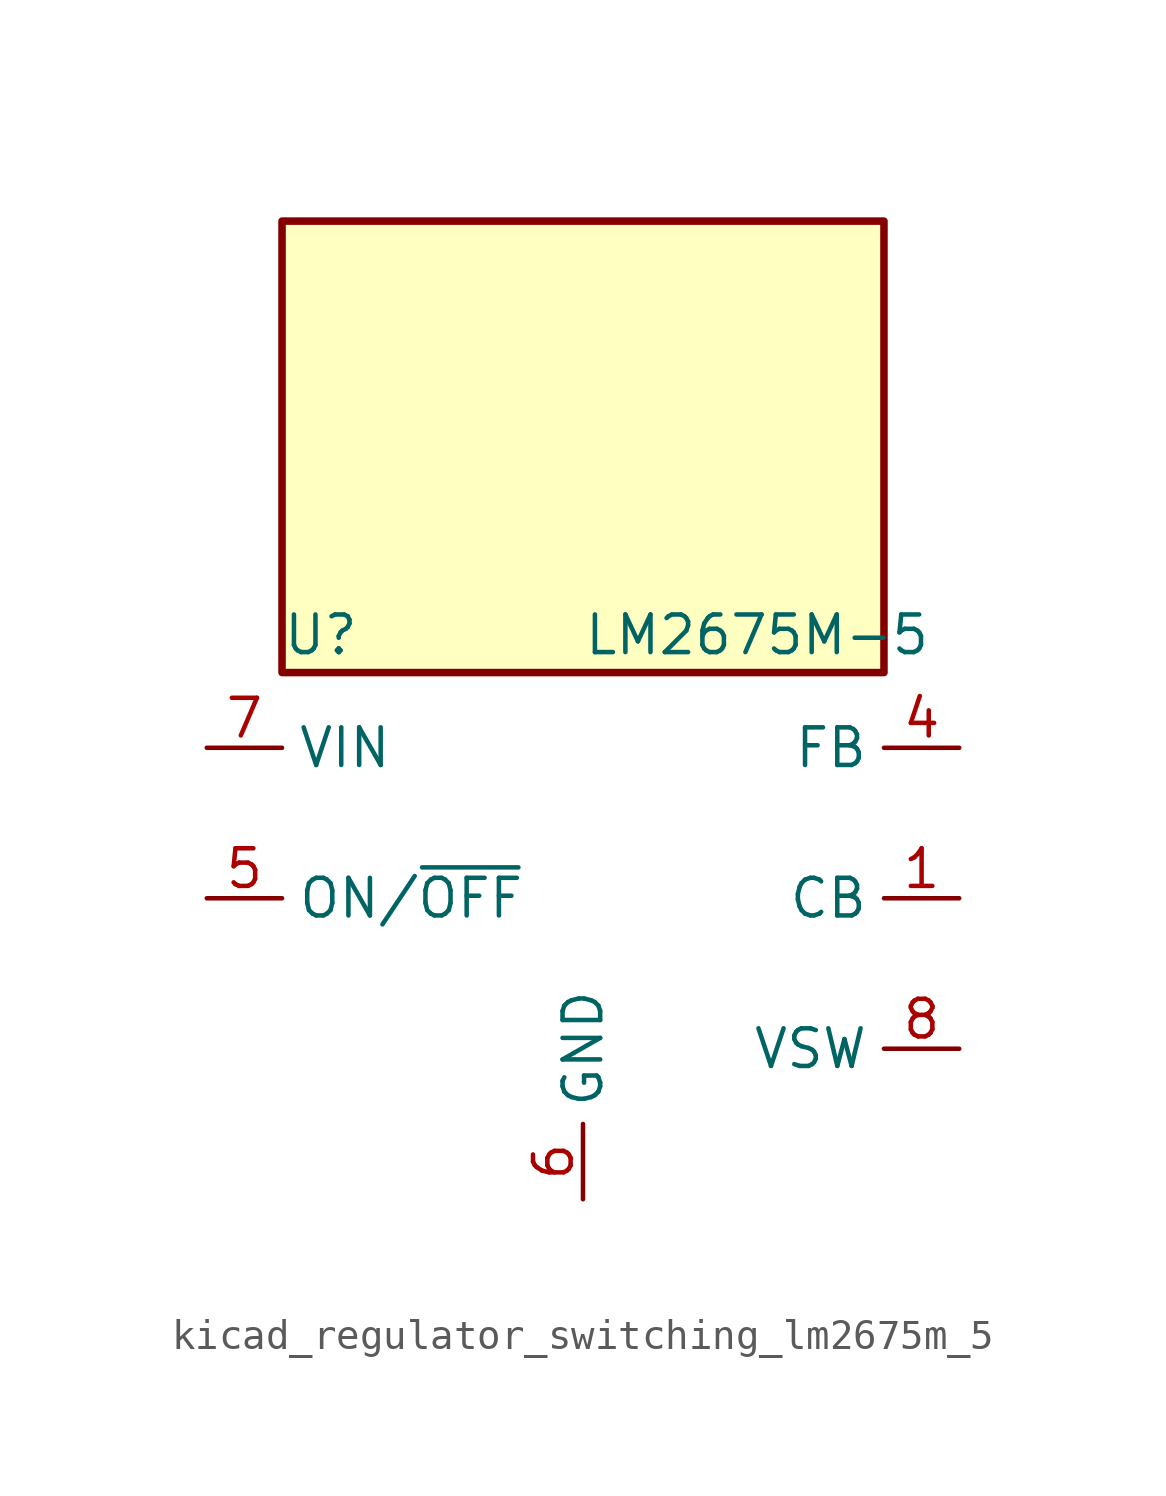
<source format=kicad_sym>
(kicad_symbol_lib
  (version 20220914)
  (generator kicad_symbol_editor)
  (symbol "kicad_regulator_switching_lm2675m_5"
    (property "Reference" "U"
      (at -10.16 8.89 0)
      (effects (font (size 1.27 1.27)) (justify left)))
    (property "Value" "LM2675M-5"
      (at 0 8.89 0)
      (effects (font (size 1.27 1.27)) (justify left)))
    (symbol "kicad_regulator_switching_lm2675m_5_0_1"
      (rectangle (start 10.16 22.86) (end -10.16 7.62) (stroke (width 0.254) (type default)) (fill (type background))))
    (symbol "kicad_regulator_switching_lm2675m_5_1_1"
      (pin input line (at 12.7 0 180) (length 2.54) (name "CB" (effects (font (size 1.27 1.27)))) (number "1" (effects (font (size 1.27 1.27)))))
      (pin no_connect line (at -10.16 -2.54 0) (length 2.54) hide (name "NC" (effects (font (size 1.27 1.27)))) (number "2" (effects (font (size 1.27 1.27)))))
      (pin no_connect line (at -10.16 -5.08 0) (length 2.54) hide (name "NC" (effects (font (size 1.27 1.27)))) (number "3" (effects (font (size 1.27 1.27)))))
      (pin input line (at 12.7 5.08 180) (length 2.54) (name "FB" (effects (font (size 1.27 1.27)))) (number "4" (effects (font (size 1.27 1.27)))))
      (pin input line (at -12.7 0 0) (length 2.54) (name "ON/~{OFF}" (effects (font (size 1.27 1.27)))) (number "5" (effects (font (size 1.27 1.27)))))
      (pin power_in line (at 0 -10.16 90) (length 2.54) (name "GND" (effects (font (size 1.27 1.27)))) (number "6" (effects (font (size 1.27 1.27)))))
      (pin power_in line (at -12.7 5.08 0) (length 2.54) (name "VIN" (effects (font (size 1.27 1.27)))) (number "7" (effects (font (size 1.27 1.27)))))
      (pin output line (at 12.7 -5.08 180) (length 2.54) (name "VSW" (effects (font (size 1.27 1.27)))) (number "8" (effects (font (size 1.27 1.27))))))))
</source>
